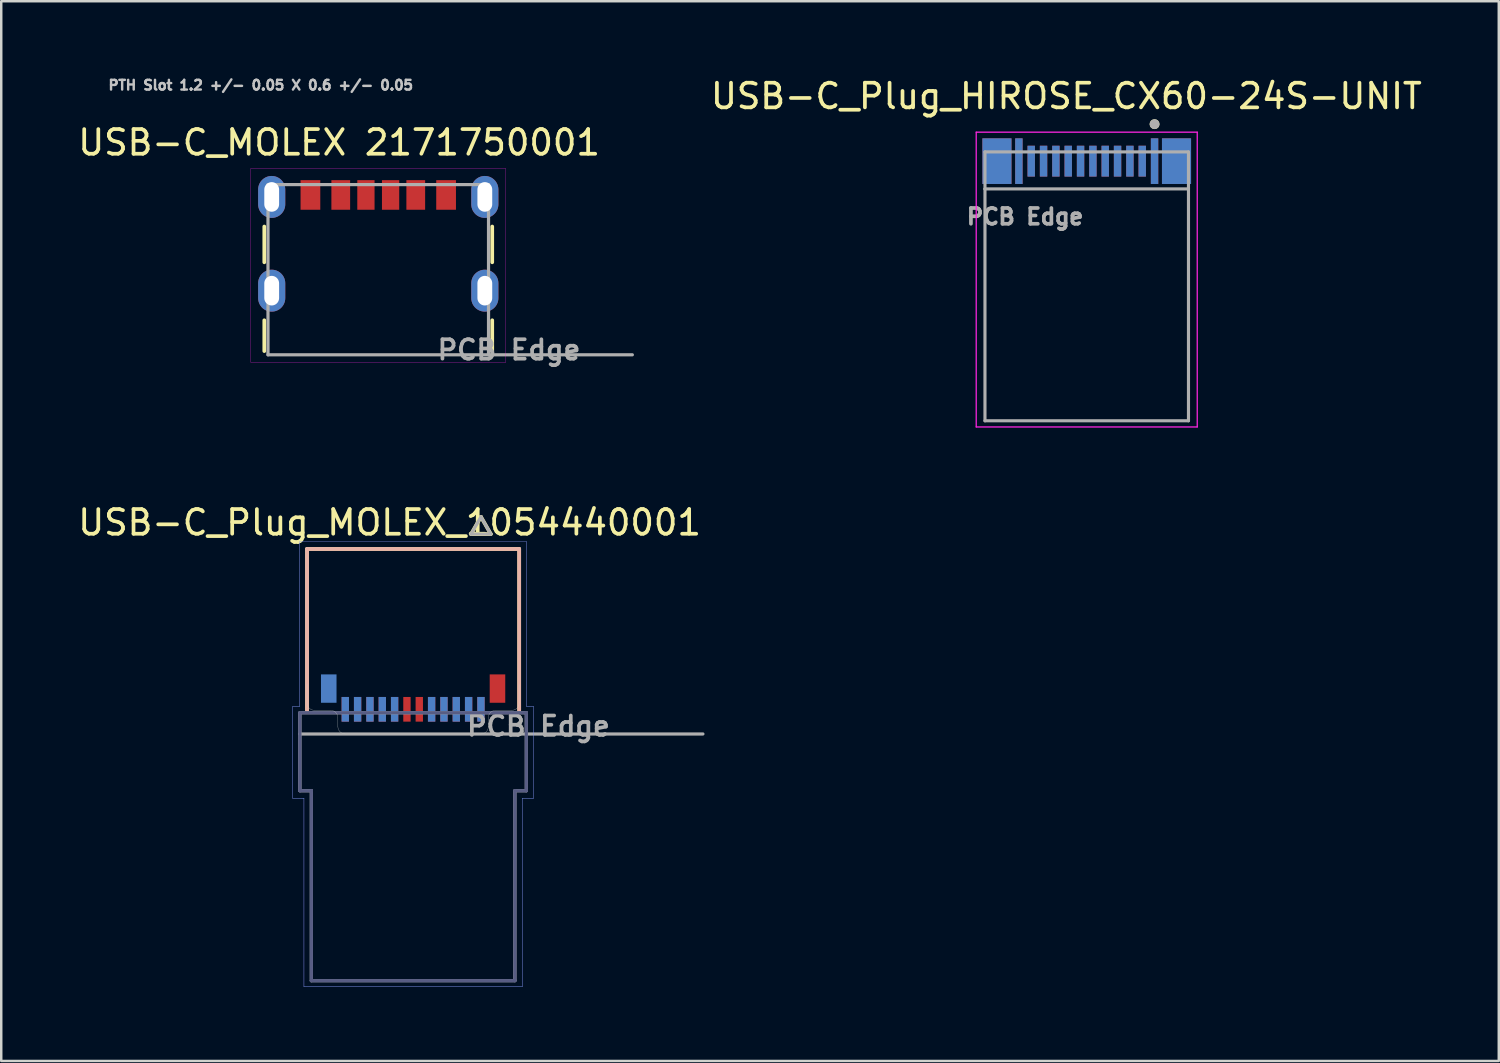
<source format=kicad_pcb>
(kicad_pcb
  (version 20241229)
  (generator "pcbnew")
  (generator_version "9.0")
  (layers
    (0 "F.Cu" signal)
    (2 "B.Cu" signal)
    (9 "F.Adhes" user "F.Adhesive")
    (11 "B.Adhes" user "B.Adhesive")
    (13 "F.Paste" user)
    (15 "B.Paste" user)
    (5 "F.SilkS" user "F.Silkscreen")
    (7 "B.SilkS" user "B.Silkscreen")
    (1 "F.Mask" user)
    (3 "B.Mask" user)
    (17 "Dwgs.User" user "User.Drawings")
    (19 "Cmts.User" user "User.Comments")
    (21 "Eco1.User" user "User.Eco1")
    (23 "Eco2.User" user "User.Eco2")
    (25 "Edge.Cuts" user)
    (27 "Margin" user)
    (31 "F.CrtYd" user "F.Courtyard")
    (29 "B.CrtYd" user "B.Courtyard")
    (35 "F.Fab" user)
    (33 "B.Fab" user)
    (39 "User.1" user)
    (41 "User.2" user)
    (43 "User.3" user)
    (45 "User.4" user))
  (footprint "USB-C_Plug_HIROSE_CX60-24S-UNIT"
    (layer "F.Cu")
    (at 41.004 3.483)
    (property "Reference" "USB-C_Plug_HIROSE_CX60-24S-UNIT" (at -0.825 -2.635 0) (layer "F.SilkS") (effects (font (size 1 1) (thickness 0.15))))
    (attr smd)
    (fp_circle (center 2.75 -1.5) (end 2.85 -1.5) (stroke (width 0.2) (type solid)) (fill no) (layer "F.SilkS"))
    (fp_line (start -4.48 -1.175) (end 4.48 -1.175) (stroke (width 0.05) (type solid)) (layer "F.CrtYd"))
    (fp_line (start -4.48 10.775) (end -4.48 -1.175) (stroke (width 0.05) (type solid)) (layer "F.CrtYd"))
    (fp_line (start 4.48 -1.175) (end 4.48 10.775) (stroke (width 0.05) (type solid)) (layer "F.CrtYd"))
    (fp_line (start 4.48 10.775) (end -4.48 10.775) (stroke (width 0.05) (type solid)) (layer "F.CrtYd"))
    (fp_line (start -4.125 -0.375) (end 4.125 -0.375) (stroke (width 0.127) (type solid)) (layer "F.Fab"))
    (fp_line (start -4.125 1.125) (end -4.125 -0.375) (stroke (width 0.127) (type solid)) (layer "F.Fab"))
    (fp_line (start -4.125 1.125) (end 4.125 1.125) (stroke (width 0.127) (type solid)) (layer "F.Fab"))
    (fp_line (start -4.125 10.525) (end -4.125 1.125) (stroke (width 0.127) (type solid)) (layer "F.Fab"))
    (fp_line (start 4.125 -0.375) (end 4.125 1.125) (stroke (width 0.127) (type solid)) (layer "F.Fab"))
    (fp_line (start 4.125 1.125) (end 4.125 10.525) (stroke (width 0.127) (type solid)) (layer "F.Fab"))
    (fp_line (start 4.125 10.525) (end -4.125 10.525) (stroke (width 0.127) (type solid)) (layer "F.Fab"))
    (fp_circle (center 2.75 -1.5) (end 2.85 -1.5) (stroke (width 0.2) (type solid)) (fill no) (layer "F.Fab"))
    (fp_text user "PCB Edge" (at -2.5 2.25 0) (layer "F.Fab") (effects (font (size 0.64 0.64) (thickness 0.15))))
    (pad "A1" smd rect (at 2.75 0) (size 0.3 1.85) (layers "F.Cu" "F.Mask" "F.Paste"))
    (pad "A2" smd rect (at 2.25 0) (size 0.3 1.25) (layers "F.Cu" "F.Mask" "F.Paste"))
    (pad "A3" smd rect (at 1.75 0) (size 0.3 1.25) (layers "F.Cu" "F.Mask" "F.Paste"))
    (pad "A4" smd rect (at 1.25 0) (size 0.3 1.25) (layers "F.Cu" "F.Mask" "F.Paste"))
    (pad "A5" smd rect (at 0.75 0) (size 0.3 1.25) (layers "F.Cu" "F.Mask" "F.Paste"))
    (pad "A6" smd rect (at 0.25 0) (size 0.3 1.25) (layers "F.Cu" "F.Mask" "F.Paste"))
    (pad "A7" smd rect (at -0.25 0) (size 0.3 1.25) (layers "F.Cu" "F.Mask" "F.Paste"))
    (pad "A8" smd rect (at -0.75 0) (size 0.3 1.25) (layers "F.Cu" "F.Mask" "F.Paste"))
    (pad "A9" smd rect (at -1.25 0) (size 0.3 1.25) (layers "F.Cu" "F.Mask" "F.Paste"))
    (pad "A10" smd rect (at -1.75 0) (size 0.3 1.25) (layers "F.Cu" "F.Mask" "F.Paste"))
    (pad "A11" smd rect (at -2.25 0) (size 0.3 1.25) (layers "F.Cu" "F.Mask" "F.Paste"))
    (pad "A12" smd rect (at -2.75 0) (size 0.3 1.85) (layers "F.Cu" "F.Mask" "F.Paste"))
    (pad "B1" smd rect (at -2.75 0) (size 0.3 1.85) (layers "B.Cu" "B.Mask" "B.Paste"))
    (pad "B2" smd rect (at -2.25 0) (size 0.3 1.25) (layers "B.Cu" "B.Mask" "B.Paste"))
    (pad "B3" smd rect (at -1.75 0) (size 0.3 1.25) (layers "B.Cu" "B.Mask" "B.Paste"))
    (pad "B4" smd rect (at -1.25 0) (size 0.3 1.25) (layers "B.Cu" "B.Mask" "B.Paste"))
    (pad "B5" smd rect (at -0.75 0) (size 0.3 1.25) (layers "B.Cu" "B.Mask" "B.Paste"))
    (pad "B6" smd rect (at -0.25 0) (size 0.3 1.25) (layers "B.Cu" "B.Mask" "B.Paste"))
    (pad "B7" smd rect (at 0.25 0) (size 0.3 1.25) (layers "B.Cu" "B.Mask" "B.Paste"))
    (pad "B8" smd rect (at 0.75 0) (size 0.3 1.25) (layers "B.Cu" "B.Mask" "B.Paste"))
    (pad "B9" smd rect (at 1.25 0) (size 0.3 1.25) (layers "B.Cu" "B.Mask" "B.Paste"))
    (pad "B10" smd rect (at 1.75 0) (size 0.3 1.25) (layers "B.Cu" "B.Mask" "B.Paste"))
    (pad "B11" smd rect (at 2.25 0) (size 0.3 1.25) (layers "B.Cu" "B.Mask" "B.Paste"))
    (pad "B12" smd rect (at 2.75 0) (size 0.3 1.85) (layers "B.Cu" "B.Mask" "B.Paste"))
    (pad "S1" smd rect (at 3.64 0) (size 1.18 1.85) (layers "F.Cu" "F.Mask" "F.Paste"))
    (pad "S2" smd rect (at -3.64 0) (size 1.18 1.85) (layers "F.Cu" "F.Mask" "F.Paste"))
    (pad "S3" smd rect (at 3.64 0) (size 1.18 1.85) (layers "B.Cu" "B.Mask" "B.Paste"))
    (pad "S4" smd rect (at -3.64 0) (size 1.18 1.85) (layers "B.Cu" "B.Mask" "B.Paste")))
  (footprint "USB-C_Plug_MOLEX_1054440001"
    (layer "F.Cu")
    (at 13.697 26.704)
    (property "Reference" "USB-C_Plug_MOLEX_1054440001" (at -0.953 -8.572 0) (layer "F.SilkS") (effects (font (size 1 1) (thickness 0.15))))
    (attr smd)
    (fp_poly (pts (xy -2.962 -1.563) (xy -2.538 -1.563) (xy -2.538 -0.436) (xy -2.962 -0.436)) (stroke (width 0.01) (type solid)) (fill yes) (layer "F.Mask"))
    (fp_poly (pts (xy -2.462 -1.563) (xy -2.038 -1.563) (xy -2.038 -0.436) (xy -2.462 -0.436)) (stroke (width 0.01) (type solid)) (fill yes) (layer "F.Mask"))
    (fp_poly (pts (xy -1.962 -1.563) (xy -1.538 -1.563) (xy -1.538 -0.436) (xy -1.962 -0.436)) (stroke (width 0.01) (type solid)) (fill yes) (layer "F.Mask"))
    (fp_poly (pts (xy -1.462 -1.563) (xy -1.038 -1.563) (xy -1.038 -0.436) (xy -1.462 -0.436)) (stroke (width 0.01) (type solid)) (fill yes) (layer "F.Mask"))
    (fp_poly (pts (xy -0.963 -1.563) (xy -0.537 -1.563) (xy -0.537 -0.436) (xy -0.963 -0.436)) (stroke (width 0.01) (type solid)) (fill yes) (layer "F.Mask"))
    (fp_poly (pts (xy -0.463 -1.563) (xy -0.037 -1.563) (xy -0.037 -0.436) (xy -0.463 -0.436)) (stroke (width 0.01) (type solid)) (fill yes) (layer "F.Mask"))
    (fp_poly (pts (xy 0.037 -1.563) (xy 0.463 -1.563) (xy 0.463 -0.436) (xy 0.037 -0.436)) (stroke (width 0.01) (type solid)) (fill yes) (layer "F.Mask"))
    (fp_poly (pts (xy 0.537 -1.563) (xy 0.963 -1.563) (xy 0.963 -0.436) (xy 0.537 -0.436)) (stroke (width 0.01) (type solid)) (fill yes) (layer "F.Mask"))
    (fp_poly (pts (xy 1.038 -1.563) (xy 1.462 -1.563) (xy 1.462 -0.436) (xy 1.038 -0.436)) (stroke (width 0.01) (type solid)) (fill yes) (layer "F.Mask"))
    (fp_poly (pts (xy 1.538 -1.563) (xy 1.962 -1.563) (xy 1.962 -0.436) (xy 1.538 -0.436)) (stroke (width 0.01) (type solid)) (fill yes) (layer "F.Mask"))
    (fp_poly (pts (xy 2.038 -1.563) (xy 2.462 -1.563) (xy 2.462 -0.436) (xy 2.038 -0.436)) (stroke (width 0.01) (type solid)) (fill yes) (layer "F.Mask"))
    (fp_poly (pts (xy 2.538 -1.563) (xy 2.962 -1.563) (xy 2.962 -0.436) (xy 2.538 -0.436)) (stroke (width 0.01) (type solid)) (fill yes) (layer "F.Mask"))
    (fp_poly (pts (xy 3.042 -2.478) (xy 3.799 -2.478) (xy 3.799 -1.202) (xy 3.042 -1.202)) (stroke (width 0.01) (type solid)) (fill yes) (layer "F.Mask"))
    (fp_poly (pts (xy -3.799 -2.478) (xy -3.042 -2.478) (xy -3.042 -1.202) (xy -3.799 -1.202)) (stroke (width 0.01) (type solid)) (fill yes) (layer "B.Mask"))
    (fp_poly (pts (xy -2.962 -1.563) (xy -2.538 -1.563) (xy -2.538 -0.436) (xy -2.962 -0.436)) (stroke (width 0.01) (type solid)) (fill yes) (layer "B.Mask"))
    (fp_poly (pts (xy -2.462 -1.563) (xy -2.038 -1.563) (xy -2.038 -0.436) (xy -2.462 -0.436)) (stroke (width 0.01) (type solid)) (fill yes) (layer "B.Mask"))
    (fp_poly (pts (xy -1.962 -1.563) (xy -1.538 -1.563) (xy -1.538 -0.436) (xy -1.962 -0.436)) (stroke (width 0.01) (type solid)) (fill yes) (layer "B.Mask"))
    (fp_poly (pts (xy -1.462 -1.563) (xy -1.038 -1.563) (xy -1.038 -0.436) (xy -1.462 -0.436)) (stroke (width 0.01) (type solid)) (fill yes) (layer "B.Mask"))
    (fp_poly (pts (xy -0.963 -1.563) (xy -0.537 -1.563) (xy -0.537 -0.436) (xy -0.963 -0.436)) (stroke (width 0.01) (type solid)) (fill yes) (layer "B.Mask"))
    (fp_poly (pts (xy 0.537 -1.563) (xy 0.963 -1.563) (xy 0.963 -0.436) (xy 0.537 -0.436)) (stroke (width 0.01) (type solid)) (fill yes) (layer "B.Mask"))
    (fp_poly (pts (xy 1.038 -1.563) (xy 1.462 -1.563) (xy 1.462 -0.436) (xy 1.038 -0.436)) (stroke (width 0.01) (type solid)) (fill yes) (layer "B.Mask"))
    (fp_poly (pts (xy 1.538 -1.563) (xy 1.962 -1.563) (xy 1.962 -0.436) (xy 1.538 -0.436)) (stroke (width 0.01) (type solid)) (fill yes) (layer "B.Mask"))
    (fp_poly (pts (xy 2.038 -1.563) (xy 2.462 -1.563) (xy 2.462 -0.436) (xy 2.038 -0.436)) (stroke (width 0.01) (type solid)) (fill yes) (layer "B.Mask"))
    (fp_poly (pts (xy 2.538 -1.563) (xy 2.962 -1.563) (xy 2.962 -0.436) (xy 2.538 -0.436)) (stroke (width 0.01) (type solid)) (fill yes) (layer "B.Mask"))
    (fp_line (start -4.3 -7.5) (end -4.3 -0.96) (stroke (width 0.15) (type solid)) (layer "F.SilkS"))
    (fp_line (start 2.35 -8.104) (end 3.15 -8.104) (stroke (width 0.15) (type solid)) (layer "F.SilkS"))
    (fp_line (start 2.75 -8.803) (end 2.35 -8.104) (stroke (width 0.15) (type solid)) (layer "F.SilkS"))
    (fp_line (start 3.15 -8.104) (end 2.75 -8.803) (stroke (width 0.15) (type solid)) (layer "F.SilkS"))
    (fp_line (start 4.3 -7.5) (end -4.3 -7.5) (stroke (width 0.15) (type solid)) (layer "F.SilkS"))
    (fp_line (start 4.3 -0.96) (end 4.3 -7.5) (stroke (width 0.15) (type solid)) (layer "F.SilkS"))
    (fp_line (start -4.3 -7.5) (end -4.3 -0.96) (stroke (width 0.15) (type solid)) (layer "B.SilkS"))
    (fp_line (start 4.3 -7.5) (end -4.3 -7.5) (stroke (width 0.15) (type solid)) (layer "B.SilkS"))
    (fp_line (start 4.3 -0.96) (end 4.3 -7.5) (stroke (width 0.15) (type solid)) (layer "B.SilkS"))
    (fp_line (start -4.3 -1.26) (end -4.3 -2.025) (stroke (width 0.01) (type solid)) (layer "Edge.Cuts"))
    (fp_line (start -3.35 -0.96) (end -4 -0.96) (stroke (width 0.01) (type solid)) (layer "Edge.Cuts"))
    (fp_line (start -3.05 -0.3) (end -3.05 -0.66) (stroke (width 0.01) (type solid)) (layer "Edge.Cuts"))
    (fp_line (start 2.75 0) (end -2.75 0) (stroke (width 0.01) (type solid)) (layer "Edge.Cuts"))
    (fp_line (start 3.05 -0.66) (end 3.05 -0.3) (stroke (width 0.01) (type solid)) (layer "Edge.Cuts"))
    (fp_line (start 4 -0.96) (end 3.35 -0.96) (stroke (width 0.01) (type solid)) (layer "Edge.Cuts"))
    (fp_line (start 4.3 -2) (end 4.3 -1.26) (stroke (width 0.01) (type solid)) (layer "Edge.Cuts"))
    (fp_arc (start -4 -0.96) (mid -4.212132 -1.047868) (end -4.3 -1.26) (stroke (width 0.01) (type solid)) (layer "Edge.Cuts"))
    (fp_arc (start -3.35 -0.96) (mid -3.137868 -0.872132) (end -3.05 -0.66) (stroke (width 0.01) (type solid)) (layer "Edge.Cuts"))
    (fp_arc (start -2.75 0) (mid -2.962132 -0.087868) (end -3.05 -0.3) (stroke (width 0.01) (type solid)) (layer "Edge.Cuts"))
    (fp_arc (start 3.05 -0.66) (mid 3.137868 -0.872132) (end 3.35 -0.96) (stroke (width 0.01) (type solid)) (layer "Edge.Cuts"))
    (fp_arc (start 3.05 -0.3) (mid 2.962132 -0.087868) (end 2.75 0) (stroke (width 0.01) (type solid)) (layer "Edge.Cuts"))
    (fp_arc (start 4.3 -1.26) (mid 4.212132 -1.047868) (end 4 -0.96) (stroke (width 0.01) (type solid)) (layer "Edge.Cuts"))
    (fp_line (start -4.89 -1.11) (end -4.6 -1.11) (stroke (width 0.01) (type solid)) (layer "B.CrtYd"))
    (fp_line (start -4.89 2.6) (end -4.89 -1.11) (stroke (width 0.01) (type solid)) (layer "B.CrtYd"))
    (fp_line (start -4.6 -7.8) (end 4.6 -7.8) (stroke (width 0.01) (type solid)) (layer "B.CrtYd"))
    (fp_line (start -4.6 -1.11) (end -4.6 -7.8) (stroke (width 0.01) (type solid)) (layer "B.CrtYd"))
    (fp_line (start -4.425 2.6) (end -4.89 2.6) (stroke (width 0.01) (type solid)) (layer "B.CrtYd"))
    (fp_line (start -4.425 10.25) (end -4.425 2.6) (stroke (width 0.01) (type solid)) (layer "B.CrtYd"))
    (fp_line (start 4.425 2.6) (end 4.425 10.25) (stroke (width 0.01) (type solid)) (layer "B.CrtYd"))
    (fp_line (start 4.425 10.25) (end -4.425 10.25) (stroke (width 0.01) (type solid)) (layer "B.CrtYd"))
    (fp_line (start 4.6 -7.8) (end 4.6 -1.11) (stroke (width 0.01) (type solid)) (layer "B.CrtYd"))
    (fp_line (start 4.6 -1.11) (end 4.89 -1.11) (stroke (width 0.01) (type solid)) (layer "B.CrtYd"))
    (fp_line (start 4.89 -1.11) (end 4.89 2.6) (stroke (width 0.01) (type solid)) (layer "B.CrtYd"))
    (fp_line (start 4.89 2.6) (end 4.425 2.6) (stroke (width 0.01) (type solid)) (layer "B.CrtYd"))
    (fp_line (start -4.89 -1.11) (end -4.6 -1.11) (stroke (width 0.01) (type solid)) (layer "F.CrtYd"))
    (fp_line (start -4.89 2.6) (end -4.89 -1.11) (stroke (width 0.01) (type solid)) (layer "F.CrtYd"))
    (fp_line (start -4.6 -7.8) (end 4.6 -7.8) (stroke (width 0.01) (type solid)) (layer "F.CrtYd"))
    (fp_line (start -4.6 -1.11) (end -4.6 -7.8) (stroke (width 0.01) (type solid)) (layer "F.CrtYd"))
    (fp_line (start -4.425 2.6) (end -4.89 2.6) (stroke (width 0.01) (type solid)) (layer "F.CrtYd"))
    (fp_line (start -4.425 10.25) (end -4.425 2.6) (stroke (width 0.01) (type solid)) (layer "F.CrtYd"))
    (fp_line (start 4.425 2.6) (end 4.425 10.25) (stroke (width 0.01) (type solid)) (layer "F.CrtYd"))
    (fp_line (start 4.425 10.25) (end -4.425 10.25) (stroke (width 0.01) (type solid)) (layer "F.CrtYd"))
    (fp_line (start 4.6 -7.8) (end 4.6 -1.11) (stroke (width 0.01) (type solid)) (layer "F.CrtYd"))
    (fp_line (start 4.6 -1.11) (end 4.89 -1.11) (stroke (width 0.01) (type solid)) (layer "F.CrtYd"))
    (fp_line (start 4.89 -1.11) (end 4.89 2.6) (stroke (width 0.01) (type solid)) (layer "F.CrtYd"))
    (fp_line (start 4.89 2.6) (end 4.425 2.6) (stroke (width 0.01) (type solid)) (layer "F.CrtYd"))
    (fp_line (start -4.59 -0.86) (end -4.59 2.3) (stroke (width 0.13) (type solid)) (layer "B.Fab"))
    (fp_line (start -4.59 2.3) (end -4.125 2.3) (stroke (width 0.13) (type solid)) (layer "B.Fab"))
    (fp_line (start -4.125 2.3) (end -4.125 10) (stroke (width 0.13) (type solid)) (layer "B.Fab"))
    (fp_line (start -4.125 10) (end 4.125 10) (stroke (width 0.13) (type solid)) (layer "B.Fab"))
    (fp_line (start 4.125 2.3) (end 4.125 10) (stroke (width 0.13) (type solid)) (layer "B.Fab"))
    (fp_line (start 4.59 -0.86) (end -4.59 -0.86) (stroke (width 0.13) (type solid)) (layer "B.Fab"))
    (fp_line (start 4.59 2.3) (end 4.125 2.3) (stroke (width 0.13) (type solid)) (layer "B.Fab"))
    (fp_line (start 4.59 2.3) (end 4.59 -0.86) (stroke (width 0.13) (type solid)) (layer "B.Fab"))
    (fp_line (start -4.59 -0.86) (end -4.59 0) (stroke (width 0.13) (type solid)) (layer "F.Fab"))
    (fp_line (start -4.59 0) (end -4.59 2.3) (stroke (width 0.13) (type solid)) (layer "F.Fab"))
    (fp_line (start -4.59 0) (end 11.748 0) (stroke (width 0.13) (type solid)) (layer "F.Fab"))
    (fp_line (start -4.59 2.3) (end -4.125 2.3) (stroke (width 0.13) (type solid)) (layer "F.Fab"))
    (fp_line (start -4.125 2.3) (end -4.125 10) (stroke (width 0.13) (type solid)) (layer "F.Fab"))
    (fp_line (start -4.125 10) (end 4.125 10) (stroke (width 0.13) (type solid)) (layer "F.Fab"))
    (fp_line (start 2.35 -8.104) (end 3.15 -8.104) (stroke (width 0.13) (type solid)) (layer "F.Fab"))
    (fp_line (start 2.75 -8.803) (end 2.35 -8.104) (stroke (width 0.13) (type solid)) (layer "F.Fab"))
    (fp_line (start 3.15 -8.104) (end 2.75 -8.803) (stroke (width 0.13) (type solid)) (layer "F.Fab"))
    (fp_line (start 4.125 2.3) (end 4.125 10) (stroke (width 0.13) (type solid)) (layer "F.Fab"))
    (fp_line (start 4.59 -0.86) (end -4.59 -0.86) (stroke (width 0.13) (type solid)) (layer "F.Fab"))
    (fp_line (start 4.59 2.3) (end 4.125 2.3) (stroke (width 0.13) (type solid)) (layer "F.Fab"))
    (fp_line (start 4.59 2.3) (end 4.59 -0.86) (stroke (width 0.13) (type solid)) (layer "F.Fab"))
    (fp_text user "PCB Edge" (at 5.08 -0.318 0) (layer "F.Fab") (effects (font (size 0.787 0.787) (thickness 0.15))))
    (pad "A1" smd rect (at 2.75 -1) (size 0.298 1) (layers "F.Cu" "F.Paste"))
    (pad "A2" smd rect (at 2.25 -1) (size 0.298 1) (layers "F.Cu" "F.Paste"))
    (pad "A3" smd rect (at 1.75 -1) (size 0.298 1) (layers "F.Cu" "F.Paste"))
    (pad "A4" smd rect (at 1.25 -1) (size 0.298 1) (layers "F.Cu" "F.Paste"))
    (pad "A5" smd rect (at 0.75 -1) (size 0.298 1) (layers "F.Cu" "F.Paste"))
    (pad "A6" smd rect (at 0.25 -1) (size 0.298 1) (layers "F.Cu" "F.Paste"))
    (pad "A7" smd rect (at -0.25 -1) (size 0.298 1) (layers "F.Cu" "F.Paste"))
    (pad "A8" smd rect (at -0.75 -1) (size 0.298 1) (layers "F.Cu" "F.Paste"))
    (pad "A9" smd rect (at -1.25 -1) (size 0.298 1) (layers "F.Cu" "F.Paste"))
    (pad "A10" smd rect (at -1.75 -1) (size 0.298 1) (layers "F.Cu" "F.Paste"))
    (pad "A11" smd rect (at -2.25 -1) (size 0.298 1) (layers "F.Cu" "F.Paste"))
    (pad "A12" smd rect (at -2.75 -1) (size 0.298 1) (layers "F.Cu" "F.Paste"))
    (pad "B1" smd rect (at -2.75 -1) (size 0.298 1) (layers "B.Cu" "B.Paste"))
    (pad "B2" smd rect (at -2.25 -1) (size 0.298 1) (layers "B.Cu" "B.Paste"))
    (pad "B3" smd rect (at -1.75 -1) (size 0.298 1) (layers "B.Cu" "B.Paste"))
    (pad "B4" smd rect (at -1.25 -1) (size 0.298 1) (layers "B.Cu" "B.Paste"))
    (pad "B5" smd rect (at -0.75 -1) (size 0.298 1) (layers "B.Cu" "B.Paste"))
    (pad "B8" smd rect (at 0.75 -1) (size 0.298 1) (layers "B.Cu" "B.Paste"))
    (pad "B9" smd rect (at 1.25 -1) (size 0.298 1) (layers "B.Cu" "B.Paste"))
    (pad "B10" smd rect (at 1.75 -1) (size 0.298 1) (layers "B.Cu" "B.Paste"))
    (pad "B11" smd rect (at 2.25 -1) (size 0.298 1) (layers "B.Cu" "B.Paste"))
    (pad "B12" smd rect (at 2.75 -1) (size 0.298 1) (layers "B.Cu" "B.Paste"))
    (pad "SH1" smd rect (at 3.42 -1.84) (size 0.63 1.15) (layers "F.Cu" "F.Paste"))
    (pad "SH2" smd rect (at -3.42 -1.84) (size 0.63 1.15) (layers "B.Cu" "B.Paste")))
  (footprint "USB-C_MOLEX 2171750001"
    (layer "F.Cu")
    (at 12.284 11.333)
    (property "Reference" "USB-C_MOLEX 2171750001" (at -1.587 -8.605 0) (layer "F.SilkS") (effects (font (size 1 1) (thickness 0.15))))
    (attr smd)
    (fp_poly (pts (xy -3.213 -7.144) (xy -2.287 -7.144) (xy -2.287 -5.816) (xy -3.213 -5.816)) (stroke (width 0.01) (type solid)) (fill yes) (layer "F.Mask"))
    (fp_poly (pts (xy -1.964 -7.144) (xy -1.077 -7.144) (xy -1.077 -5.816) (xy -1.964 -5.816)) (stroke (width 0.01) (type solid)) (fill yes) (layer "F.Mask"))
    (fp_poly (pts (xy -0.913 -7.144) (xy -0.086 -7.144) (xy -0.086 -5.816) (xy -0.913 -5.816)) (stroke (width 0.01) (type solid)) (fill yes) (layer "F.Mask"))
    (fp_poly (pts (xy 0.086 -7.144) (xy 0.913 -7.144) (xy 0.913 -5.816) (xy 0.086 -5.816)) (stroke (width 0.01) (type solid)) (fill yes) (layer "F.Mask"))
    (fp_poly (pts (xy 1.077 -7.144) (xy 1.964 -7.144) (xy 1.964 -5.816) (xy 1.077 -5.816)) (stroke (width 0.01) (type solid)) (fill yes) (layer "F.Mask"))
    (fp_poly (pts (xy 2.287 -7.144) (xy 3.213 -7.144) (xy 3.213 -5.816) (xy 2.287 -5.816)) (stroke (width 0.01) (type solid)) (fill yes) (layer "F.Mask"))
    (fp_line (start -4.62 -3.75) (end -4.62 -5.2) (stroke (width 0.15) (type solid)) (layer "F.SilkS"))
    (fp_line (start -4.62 -0.15) (end -4.62 -1.4) (stroke (width 0.15) (type solid)) (layer "F.SilkS"))
    (fp_line (start 4.62 -3.75) (end 4.62 -5.2) (stroke (width 0.15) (type solid)) (layer "F.SilkS"))
    (fp_line (start 4.62 -0.15) (end 4.62 -1.4) (stroke (width 0.15) (type solid)) (layer "F.SilkS"))
    (fp_line (start -5.17 -7.55) (end -5.17 0.3) (stroke (width 0.01) (type solid)) (layer "F.CrtYd"))
    (fp_line (start -5.17 0.3) (end 5.17 0.3) (stroke (width 0.01) (type solid)) (layer "F.CrtYd"))
    (fp_line (start 5.17 -7.55) (end -5.17 -7.55) (stroke (width 0.01) (type solid)) (layer "F.CrtYd"))
    (fp_line (start 5.17 0.3) (end 5.17 -7.55) (stroke (width 0.01) (type solid)) (layer "F.CrtYd"))
    (fp_line (start -4.47 -6.9) (end 4.47 -6.9) (stroke (width 0.13) (type solid)) (layer "F.Fab"))
    (fp_line (start -4.47 0) (end -4.47 -6.9) (stroke (width 0.13) (type solid)) (layer "F.Fab"))
    (fp_line (start 4.47 -6.9) (end 4.47 0) (stroke (width 0.13) (type solid)) (layer "F.Fab"))
    (fp_line (start 4.47 0) (end -4.47 0) (stroke (width 0.13) (type solid)) (layer "F.Fab"))
    (fp_line (start 4.47 0) (end 10.3 0) (stroke (width 0.13) (type solid)) (layer "F.Fab"))
    (fp_text user "PTH Slot 1.2 +/- 0.05 X 0.6 +/- 0.05" (at -4.763 -10.93 0) (layer "Dwgs.User") (effects (font (size 0.394 0.394) (thickness 0.15))))
    (fp_text user "PCB Edge" (at 5.3 -0.2 0) (layer "F.Fab") (effects (font (size 0.787 0.787) (thickness 0.15))))
    (pad "A5" smd rect (at -0.5 -6.48) (size 0.7 1.2) (layers "F.Cu" "F.Paste"))
    (pad "A9" smd rect (at 1.52 -6.48) (size 0.76 1.2) (layers "F.Cu" "F.Paste"))
    (pad "A12" smd rect (at 2.75 -6.48) (size 0.8 1.2) (layers "F.Cu" "F.Paste"))
    (pad "B5" smd rect (at 0.5 -6.48) (size 0.7 1.2) (layers "F.Cu" "F.Paste"))
    (pad "B9" smd rect (at -1.52 -6.48) (size 0.76 1.2) (layers "F.Cu" "F.Paste"))
    (pad "B12" smd rect (at -2.75 -6.48) (size 0.8 1.2) (layers "F.Cu" "F.Paste"))
    (pad "S1" thru_hole oval (at -4.32 -2.6) (size 1.1 1.7) (drill oval 0.6 1.2) (layers "*.Cu" "*.Mask"))
    (pad "S2" thru_hole oval (at 4.32 -2.6) (size 1.1 1.7) (drill oval 0.6 1.2) (layers "*.Cu" "*.Mask"))
    (pad "S3" thru_hole oval (at -4.32 -6.4) (size 1.1 1.7) (drill oval 0.6 1.2) (layers "*.Cu" "*.Mask"))
    (pad "S4" thru_hole oval (at 4.32 -6.4) (size 1.1 1.7) (drill oval 0.6 1.2) (layers "*.Cu" "*.Mask")))
  (gr_rect
    (start -3 -3)
    (end 57.708 39.959)
    (stroke (width 0.1) (type default))
    (fill no)
    (layer "Edge.Cuts")))
</source>
